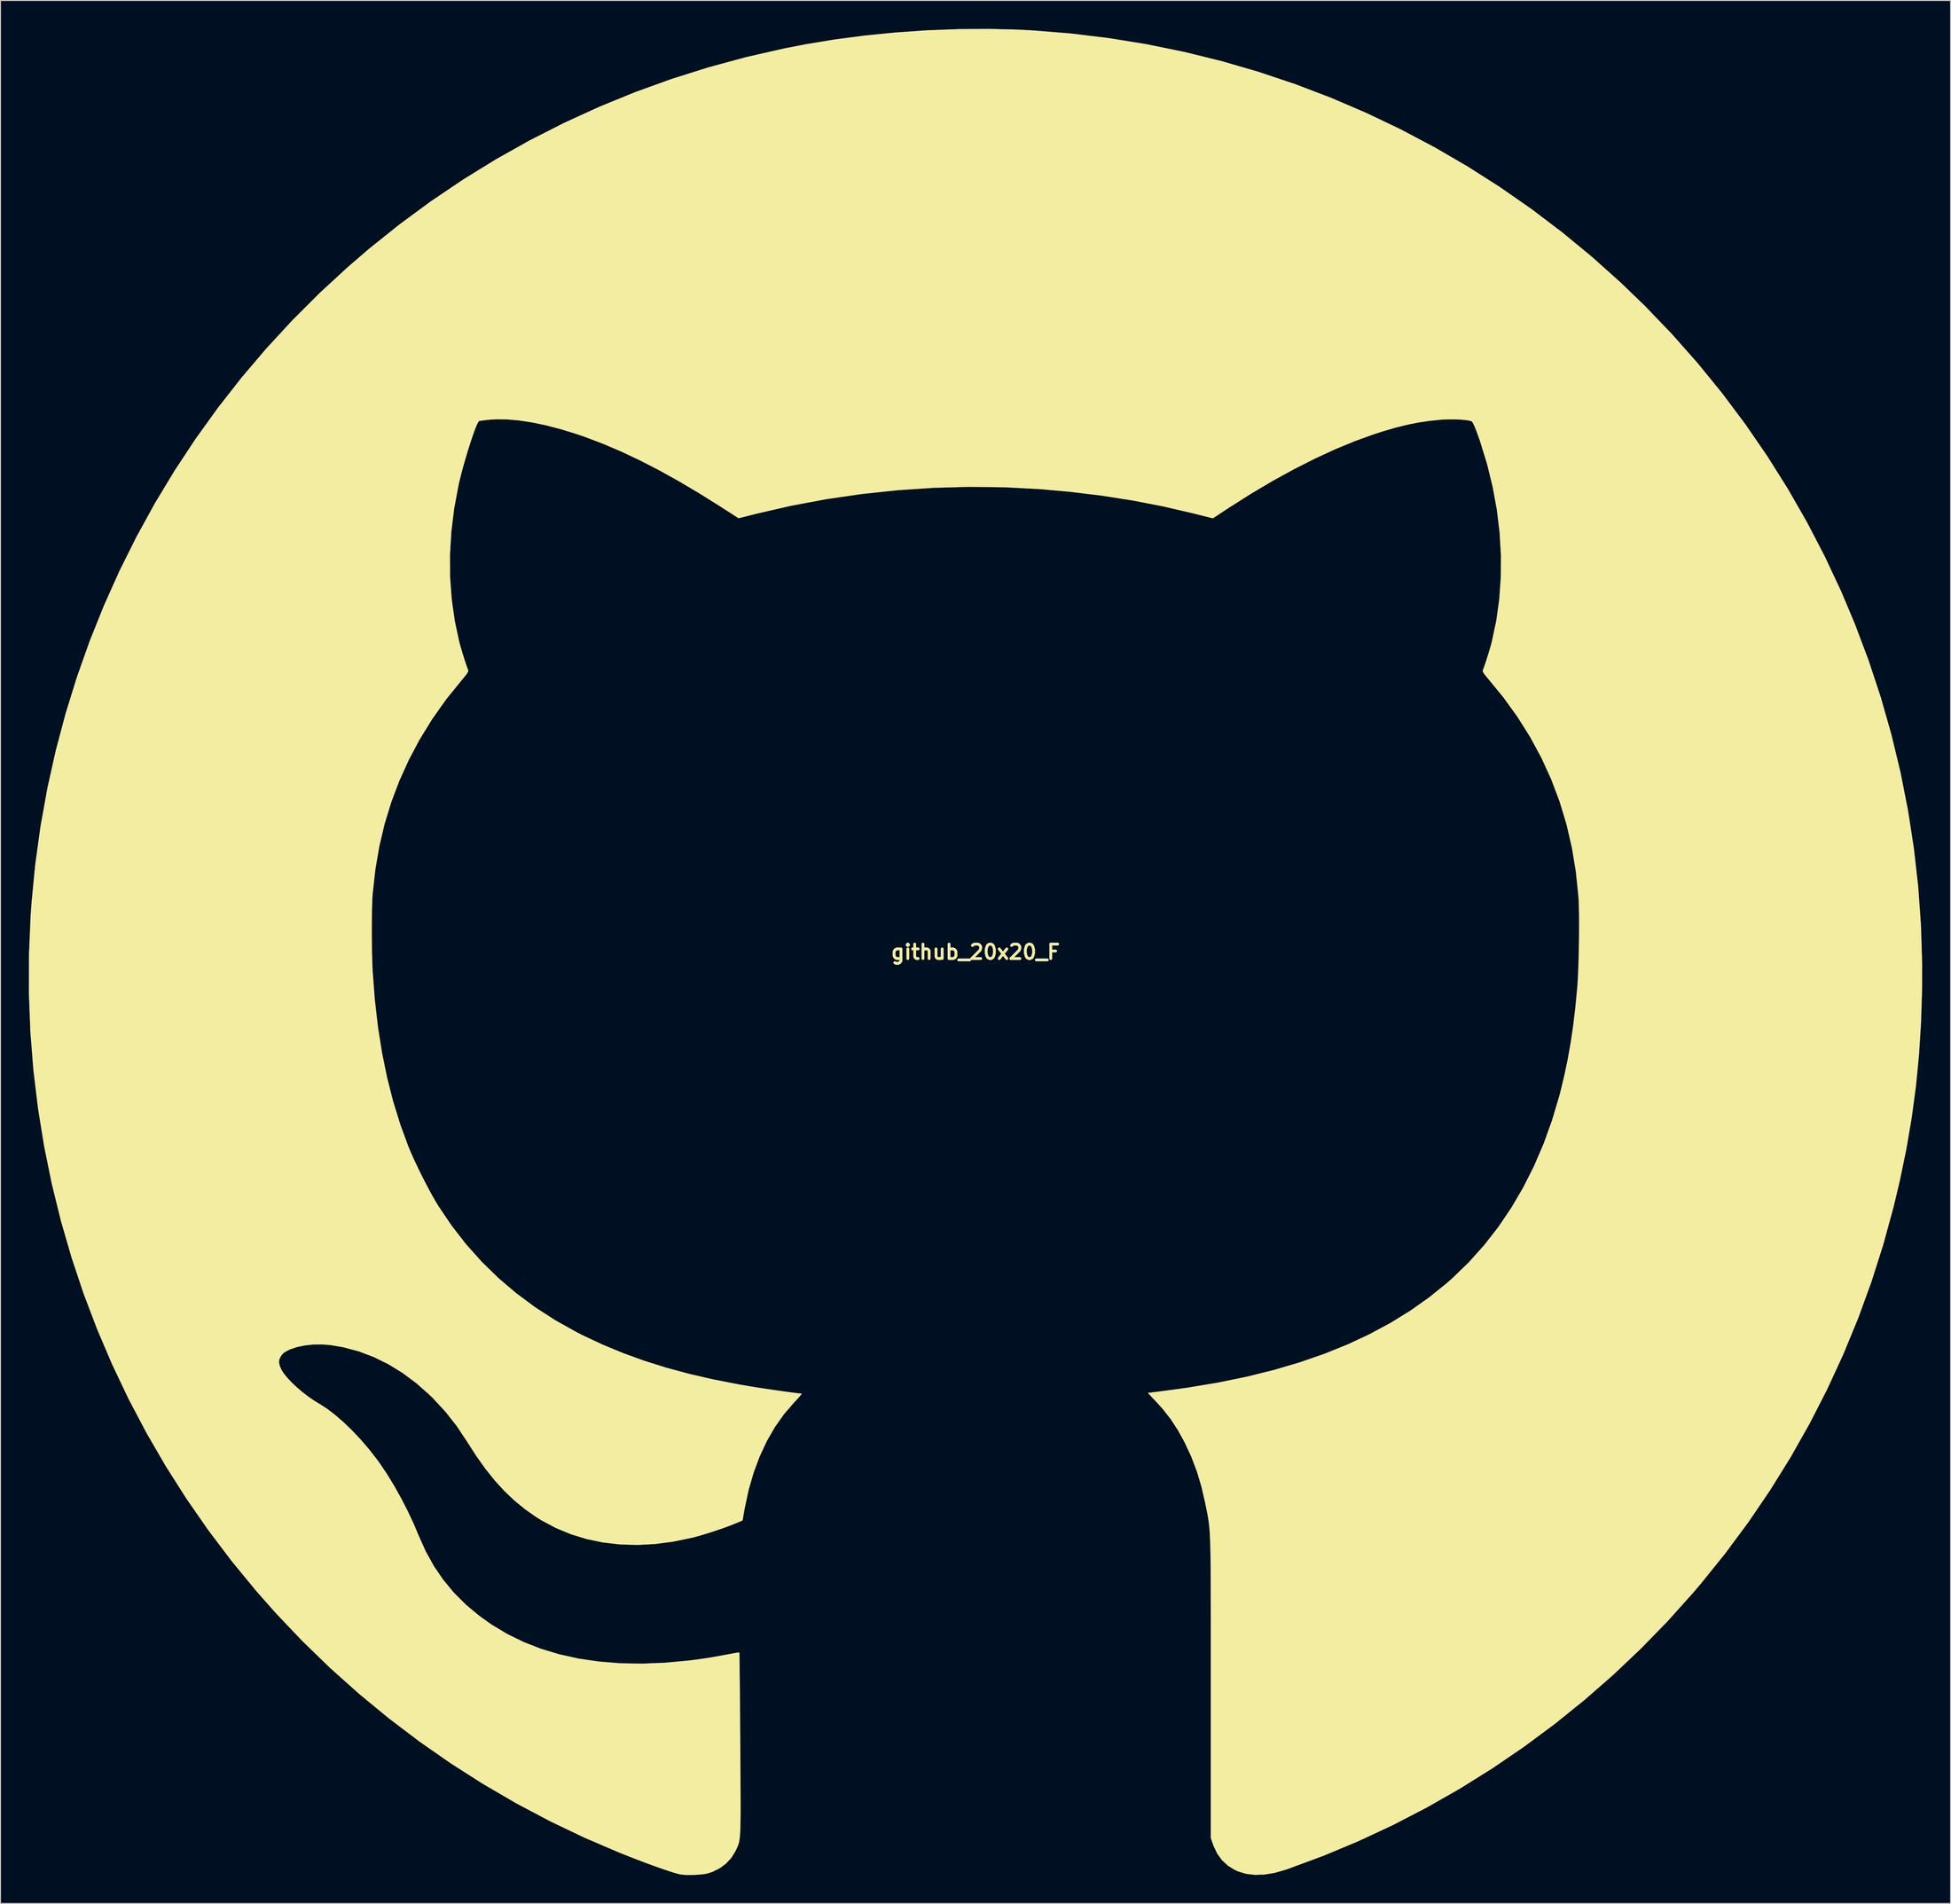
<source format=kicad_pcb>
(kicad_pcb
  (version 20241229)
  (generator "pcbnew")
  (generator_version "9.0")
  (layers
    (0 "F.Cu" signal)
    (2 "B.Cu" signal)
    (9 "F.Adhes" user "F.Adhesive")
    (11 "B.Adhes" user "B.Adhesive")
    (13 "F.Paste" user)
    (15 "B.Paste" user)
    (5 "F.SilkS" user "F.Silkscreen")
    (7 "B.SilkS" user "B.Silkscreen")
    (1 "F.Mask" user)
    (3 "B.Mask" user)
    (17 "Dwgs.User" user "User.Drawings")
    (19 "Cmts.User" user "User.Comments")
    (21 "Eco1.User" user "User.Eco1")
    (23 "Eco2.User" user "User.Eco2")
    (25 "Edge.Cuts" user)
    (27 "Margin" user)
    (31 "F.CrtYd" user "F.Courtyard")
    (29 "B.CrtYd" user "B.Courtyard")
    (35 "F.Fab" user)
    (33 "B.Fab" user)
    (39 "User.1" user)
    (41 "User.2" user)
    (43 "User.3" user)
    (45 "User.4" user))
  (footprint "github_20x20_F"
    (layer "F.Cu")
    (at 99.975 97.515)
    (property "Reference" "github_20x20_F" (at 0 0 0) (layer "F.SilkS") (effects (font (size 1.524 1.524) (thickness 0.3))))
    (attr through_hole)
    (fp_poly (pts (xy 4.511 -97.431) (xy 5.884 -97.361) (xy 9.989 -97.034) (xy 14.06 -96.542) (xy 18.092 -95.888) (xy 22.082 -95.072) (xy 26.026 -94.098) (xy 29.918 -92.966) (xy 33.756 -91.678) (xy 37.534 -90.238) (xy 41.249 -88.645) (xy 44.896 -86.903) (xy 48.471 -85.013) (xy 51.97 -82.978) (xy 55.389 -80.798) (xy 58.724 -78.476) (xy 61.969 -76.014) (xy 65.122 -73.413) (xy 68.178 -70.676) (xy 70.698 -68.243) (xy 73.541 -65.281) (xy 76.257 -62.211) (xy 78.841 -59.038) (xy 81.291 -55.766) (xy 83.604 -52.401) (xy 85.776 -48.948) (xy 87.804 -45.41) (xy 89.685 -41.794) (xy 91.415 -38.104) (xy 92.862 -34.671) (xy 94.314 -30.811) (xy 95.601 -26.911) (xy 96.723 -22.973) (xy 97.68 -19.001) (xy 98.471 -14.995) (xy 99.097 -10.959) (xy 99.555 -6.894) (xy 99.847 -2.802) (xy 99.971 1.313) (xy 99.963 3.979) (xy 99.852 7.487) (xy 99.636 10.893) (xy 99.309 14.227) (xy 98.866 17.523) (xy 98.305 20.813) (xy 97.62 24.128) (xy 96.944 26.966) (xy 95.856 30.94) (xy 94.611 34.851) (xy 93.211 38.695) (xy 91.657 42.471) (xy 89.951 46.174) (xy 88.094 49.803) (xy 86.088 53.355) (xy 83.933 56.826) (xy 81.632 60.215) (xy 79.186 63.518) (xy 76.596 66.732) (xy 75.818 67.649) (xy 73.116 70.663) (xy 70.294 73.564) (xy 67.357 76.349) (xy 64.311 79.012) (xy 61.163 81.55) (xy 57.919 83.958) (xy 54.584 86.233) (xy 51.165 88.37) (xy 47.667 90.366) (xy 44.096 92.216) (xy 40.459 93.916) (xy 36.762 95.462) (xy 33.01 96.85) (xy 32.724 96.949) (xy 31.591 97.274) (xy 30.517 97.453) (xy 29.51 97.487) (xy 28.575 97.374) (xy 27.717 97.115) (xy 27.391 96.968) (xy 26.65 96.509) (xy 26.029 95.933) (xy 25.525 95.235) (xy 25.136 94.415) (xy 25.086 94.276) (xy 24.85 93.599) (xy 24.85 77.766) (xy 24.85 75.803) (xy 24.85 74.001) (xy 24.85 72.352) (xy 24.85 70.849) (xy 24.849 69.482) (xy 24.847 68.244) (xy 24.844 67.128) (xy 24.84 66.124) (xy 24.834 65.225) (xy 24.826 64.422) (xy 24.816 63.709) (xy 24.803 63.076) (xy 24.789 62.515) (xy 24.771 62.019) (xy 24.75 61.579) (xy 24.726 61.188) (xy 24.698 60.837) (xy 24.667 60.518) (xy 24.631 60.223) (xy 24.591 59.944) (xy 24.547 59.674) (xy 24.498 59.403) (xy 24.443 59.124) (xy 24.384 58.828) (xy 24.319 58.509) (xy 24.258 58.208) (xy 23.86 56.479) (xy 23.375 54.863) (xy 22.791 53.324) (xy 22.095 51.822) (xy 22.079 51.79) (xy 21.373 50.508) (xy 20.616 49.35) (xy 19.777 48.275) (xy 18.976 47.392) (xy 18.688 47.092) (xy 18.452 46.84) (xy 18.289 46.66) (xy 18.217 46.572) (xy 18.217 46.567) (xy 18.343 46.556) (xy 18.61 46.525) (xy 18.99 46.478) (xy 19.454 46.419) (xy 19.977 46.351) (xy 20.529 46.278) (xy 21.084 46.204) (xy 21.614 46.131) (xy 22.091 46.064) (xy 22.479 46.008) (xy 25.624 45.484) (xy 28.63 44.867) (xy 31.497 44.156) (xy 34.229 43.351) (xy 36.828 42.451) (xy 39.297 41.454) (xy 41.636 40.36) (xy 43.85 39.167) (xy 45.94 37.875) (xy 47.909 36.482) (xy 49.759 34.989) (xy 50.411 34.412) (xy 52.127 32.745) (xy 53.731 30.953) (xy 55.221 29.039) (xy 56.595 27.007) (xy 57.852 24.86) (xy 58.988 22.603) (xy 60.002 20.239) (xy 60.891 17.771) (xy 61.654 15.204) (xy 61.767 14.774) (xy 62.18 13.065) (xy 62.54 11.351) (xy 62.852 9.599) (xy 63.12 7.778) (xy 63.35 5.854) (xy 63.546 3.81) (xy 63.591 3.19) (xy 63.63 2.444) (xy 63.665 1.598) (xy 63.693 0.681) (xy 63.715 -0.28) (xy 63.731 -1.258) (xy 63.74 -2.225) (xy 63.741 -3.155) (xy 63.735 -4.019) (xy 63.721 -4.79) (xy 63.699 -5.441) (xy 63.675 -5.849) (xy 63.405 -8.472) (xy 62.984 -11.02) (xy 62.411 -13.494) (xy 61.685 -15.896) (xy 60.805 -18.231) (xy 59.769 -20.5) (xy 58.576 -22.706) (xy 57.227 -24.851) (xy 55.718 -26.939) (xy 54.05 -28.971) (xy 54.026 -28.998) (xy 53.755 -29.329) (xy 53.597 -29.571) (xy 53.559 -29.712) (xy 53.561 -29.718) (xy 53.68 -30.032) (xy 53.83 -30.466) (xy 53.997 -30.975) (xy 54.166 -31.517) (xy 54.325 -32.047) (xy 54.46 -32.522) (xy 54.524 -32.766) (xy 54.995 -34.98) (xy 55.312 -37.252) (xy 55.476 -39.574) (xy 55.488 -41.933) (xy 55.348 -44.322) (xy 55.056 -46.728) (xy 54.615 -49.143) (xy 54.024 -51.555) (xy 53.284 -53.956) (xy 52.954 -54.887) (xy 52.766 -55.374) (xy 52.603 -55.742) (xy 52.473 -55.976) (xy 52.4 -56.054) (xy 52.172 -56.128) (xy 51.807 -56.188) (xy 51.339 -56.233) (xy 50.799 -56.261) (xy 50.221 -56.27) (xy 49.636 -56.258) (xy 49.139 -56.229) (xy 47.931 -56.107) (xy 46.749 -55.93) (xy 45.556 -55.69) (xy 44.316 -55.38) (xy 42.993 -54.992) (xy 42.079 -54.697) (xy 40.071 -53.971) (xy 37.984 -53.109) (xy 35.833 -52.117) (xy 33.631 -51.002) (xy 31.389 -49.77) (xy 29.122 -48.428) (xy 26.843 -46.983) (xy 26.65 -46.857) (xy 25.064 -45.812) (xy 23.087 -46.311) (xy 19.86 -47.062) (xy 16.602 -47.695) (xy 13.285 -48.214) (xy 9.884 -48.624) (xy 6.838 -48.894) (xy 3.109 -49.093) (xy -0.664 -49.139) (xy -4.462 -49.034) (xy -8.266 -48.779) (xy -12.055 -48.376) (xy -15.81 -47.828) (xy -19.511 -47.134) (xy -23.139 -46.299) (xy -23.241 -46.273) (xy -25.019 -45.821) (xy -26.966 -47.071) (xy -29.218 -48.48) (xy -31.379 -49.76) (xy -33.46 -50.915) (xy -35.472 -51.95) (xy -37.426 -52.871) (xy -39.332 -53.684) (xy -41.202 -54.394) (xy -42.079 -54.697) (xy -43.724 -55.207) (xy -45.3 -55.621) (xy -46.797 -55.937) (xy -48.203 -56.152) (xy -49.507 -56.265) (xy -50.698 -56.274) (xy -51.348 -56.23) (xy -51.744 -56.187) (xy -52.083 -56.145) (xy -52.327 -56.109) (xy -52.432 -56.087) (xy -52.521 -55.982) (xy -52.647 -55.732) (xy -52.803 -55.357) (xy -52.983 -54.875) (xy -53.181 -54.306) (xy -53.392 -53.669) (xy -53.608 -52.984) (xy -53.823 -52.268) (xy -54.032 -51.543) (xy -54.229 -50.826) (xy -54.407 -50.137) (xy -54.56 -49.495) (xy -54.599 -49.318) (xy -55.06 -46.846) (xy -55.361 -44.392) (xy -55.505 -41.962) (xy -55.489 -39.564) (xy -55.314 -37.204) (xy -54.981 -34.89) (xy -54.524 -32.766) (xy -54.408 -32.334) (xy -54.257 -31.817) (xy -54.088 -31.262) (xy -53.913 -30.715) (xy -53.747 -30.222) (xy -53.606 -29.829) (xy -53.563 -29.718) (xy -53.596 -29.594) (xy -53.748 -29.358) (xy -54.013 -29.017) (xy -54.278 -28.702) (xy -55.913 -26.681) (xy -57.401 -24.577) (xy -58.743 -22.387) (xy -59.859 -20.278) (xy -60.856 -18.075) (xy -61.703 -15.835) (xy -62.404 -13.545) (xy -62.961 -11.19) (xy -63.38 -8.756) (xy -63.662 -6.23) (xy -63.673 -6.096) (xy -63.703 -5.61) (xy -63.727 -4.983) (xy -63.744 -4.245) (xy -63.755 -3.424) (xy -63.76 -2.548) (xy -63.758 -1.647) (xy -63.75 -0.749) (xy -63.736 0.117) (xy -63.716 0.923) (xy -63.69 1.639) (xy -63.67 2.034) (xy -63.444 5.022) (xy -63.116 7.882) (xy -62.684 10.623) (xy -62.147 13.255) (xy -61.502 15.787) (xy -60.748 18.226) (xy -59.92 20.489) (xy -59.615 21.221) (xy -59.242 22.05) (xy -58.821 22.939) (xy -58.37 23.85) (xy -57.908 24.745) (xy -57.455 25.586) (xy -57.029 26.336) (xy -56.736 26.819) (xy -55.335 28.898) (xy -53.812 30.859) (xy -52.167 32.703) (xy -50.4 34.43) (xy -48.511 36.04) (xy -46.499 37.533) (xy -44.364 38.91) (xy -42.106 40.171) (xy -41.444 40.507) (xy -39.363 41.482) (xy -37.215 42.372) (xy -34.987 43.179) (xy -32.662 43.91) (xy -30.228 44.567) (xy -27.67 45.156) (xy -24.973 45.681) (xy -23.791 45.884) (xy -23.264 45.969) (xy -22.669 46.062) (xy -22.032 46.158) (xy -21.376 46.254) (xy -20.727 46.347) (xy -20.108 46.434) (xy -19.544 46.511) (xy -19.06 46.574) (xy -18.679 46.621) (xy -18.427 46.647) (xy -18.348 46.651) (xy -18.376 46.708) (xy -18.503 46.866) (xy -18.713 47.103) (xy -18.986 47.398) (xy -19.147 47.568) (xy -20.215 48.804) (xy -21.181 50.172) (xy -22.042 51.665) (xy -22.795 53.277) (xy -23.438 55.003) (xy -23.967 56.838) (xy -24.381 58.775) (xy -24.41 58.938) (xy -24.602 60.048) (xy -25.403 60.384) (xy -26.034 60.633) (xy -26.779 60.904) (xy -27.587 61.178) (xy -28.406 61.44) (xy -29.185 61.672) (xy -29.873 61.857) (xy -29.972 61.882) (xy -31.932 62.286) (xy -33.855 62.537) (xy -35.736 62.634) (xy -37.57 62.578) (xy -39.351 62.371) (xy -41.073 62.012) (xy -42.732 61.503) (xy -44.321 60.845) (xy -45.835 60.037) (xy -46.397 59.686) (xy -47.574 58.861) (xy -48.685 57.954) (xy -49.744 56.95) (xy -50.763 55.835) (xy -51.758 54.594) (xy -52.739 53.214) (xy -53.716 51.689) (xy -54.79 50.072) (xy -55.97 48.572) (xy -57.28 47.156) (xy -57.667 46.777) (xy -59.059 45.545) (xy -60.504 44.469) (xy -61.998 43.55) (xy -63.537 42.791) (xy -65.119 42.192) (xy -66.739 41.757) (xy -68.101 41.522) (xy -69.013 41.449) (xy -69.934 41.462) (xy -70.824 41.555) (xy -71.645 41.724) (xy -72.359 41.965) (xy -72.517 42.036) (xy -72.851 42.207) (xy -73.078 42.36) (xy -73.246 42.536) (xy -73.395 42.758) (xy -73.532 43.06) (xy -73.56 43.368) (xy -73.478 43.723) (xy -73.306 44.119) (xy -73.056 44.518) (xy -72.684 44.977) (xy -72.214 45.473) (xy -71.671 45.986) (xy -71.079 46.491) (xy -70.463 46.967) (xy -69.849 47.39) (xy -69.396 47.665) (xy -68.567 48.19) (xy -67.691 48.852) (xy -66.784 49.632) (xy -65.867 50.512) (xy -64.957 51.475) (xy -64.075 52.5) (xy -63.237 53.571) (xy -62.928 53.996) (xy -62.175 55.114) (xy -61.415 56.357) (xy -60.672 57.685) (xy -59.968 59.054) (xy -59.326 60.423) (xy -58.809 61.646) (xy -58.059 63.323) (xy -57.192 64.884) (xy -56.201 66.337) (xy -55.08 67.687) (xy -53.824 68.942) (xy -52.426 70.11) (xy -51.125 71.038) (xy -49.48 72.029) (xy -47.733 72.885) (xy -45.887 73.606) (xy -43.943 74.192) (xy -41.903 74.642) (xy -39.767 74.956) (xy -37.538 75.134) (xy -35.218 75.175) (xy -32.807 75.079) (xy -30.307 74.847) (xy -29.93 74.801) (xy -29.372 74.729) (xy -28.854 74.656) (xy -28.342 74.579) (xy -27.803 74.49) (xy -27.203 74.386) (xy -26.511 74.259) (xy -25.693 74.105) (xy -25.507 74.07) (xy -25.228 74.023) (xy -25.025 74) (xy -24.944 74.005) (xy -24.939 74.093) (xy -24.933 74.339) (xy -24.926 74.733) (xy -24.919 75.265) (xy -24.911 75.923) (xy -24.903 76.697) (xy -24.895 77.576) (xy -24.886 78.55) (xy -24.877 79.607) (xy -24.868 80.737) (xy -24.859 81.93) (xy -24.851 83.175) (xy -24.848 83.651) (xy -24.838 85.168) (xy -24.829 86.525) (xy -24.821 87.733) (xy -24.816 88.801) (xy -24.813 89.74) (xy -24.812 90.558) (xy -24.815 91.267) (xy -24.822 91.875) (xy -24.833 92.394) (xy -24.848 92.831) (xy -24.868 93.199) (xy -24.894 93.506) (xy -24.926 93.762) (xy -24.964 93.977) (xy -25.009 94.162) (xy -25.061 94.325) (xy -25.121 94.478) (xy -25.19 94.629) (xy -25.266 94.789) (xy -25.352 94.967) (xy -25.359 94.982) (xy -25.775 95.668) (xy -26.326 96.269) (xy -26.992 96.77) (xy -27.755 97.154) (xy -28.283 97.331) (xy -28.644 97.401) (xy -29.12 97.454) (xy -29.657 97.488) (xy -30.203 97.5) (xy -30.703 97.487) (xy -31.105 97.449) (xy -31.417 97.379) (xy -31.868 97.25) (xy -32.442 97.068) (xy -33.121 96.838) (xy -33.888 96.566) (xy -34.727 96.258) (xy -35.62 95.921) (xy -36.551 95.56) (xy -37.503 95.182) (xy -37.573 95.154) (xy -41.283 93.565) (xy -44.928 91.822) (xy -48.503 89.929) (xy -52.001 87.889) (xy -55.418 85.707) (xy -58.747 83.387) (xy -61.982 80.933) (xy -65.118 78.349) (xy -68.149 75.639) (xy -71.07 72.808) (xy -73.875 69.859) (xy -75.942 67.522) (xy -78.554 64.345) (xy -81.023 61.079) (xy -83.348 57.728) (xy -85.528 54.297) (xy -87.56 50.79) (xy -89.445 47.212) (xy -91.179 43.566) (xy -92.762 39.858) (xy -94.193 36.091) (xy -95.469 32.27) (xy -96.59 28.399) (xy -97.554 24.483) (xy -98.36 20.527) (xy -99.006 16.533) (xy -99.491 12.508) (xy -99.813 8.454) (xy -99.97 4.378) (xy -99.963 0.282) (xy -99.788 -3.828) (xy -99.692 -5.207) (xy -99.296 -9.284) (xy -98.736 -13.326) (xy -98.014 -17.328) (xy -97.133 -21.285) (xy -96.094 -25.194) (xy -94.899 -29.049) (xy -93.552 -32.847) (xy -92.053 -36.584) (xy -90.407 -40.255) (xy -88.613 -43.855) (xy -86.676 -47.381) (xy -84.596 -50.828) (xy -82.377 -54.193) (xy -80.02 -57.469) (xy -77.528 -60.654) (xy -74.903 -63.743) (xy -72.147 -66.731) (xy -69.263 -69.615) (xy -66.252 -72.39) (xy -64.044 -74.288) (xy -60.818 -76.871) (xy -57.504 -79.31) (xy -54.105 -81.603) (xy -50.624 -83.748) (xy -47.065 -85.746) (xy -43.43 -87.593) (xy -39.723 -89.289) (xy -35.946 -90.832) (xy -32.103 -92.22) (xy -28.197 -93.453) (xy -24.23 -94.528) (xy -20.206 -95.445) (xy -17.951 -95.885) (xy -14.857 -96.395) (xy -11.665 -96.813) (xy -8.412 -97.135) (xy -5.132 -97.36) (xy -1.862 -97.486) (xy 1.364 -97.51) (xy 4.511 -97.431)) (stroke (width 0.01) (type solid)) (fill yes) (layer "F.SilkS")))
  (gr_rect
    (start -3 -3)
    (end 202.952 198.02)
    (stroke (width 0.1) (type default))
    (fill no)
    (layer "Edge.Cuts")))
</source>
